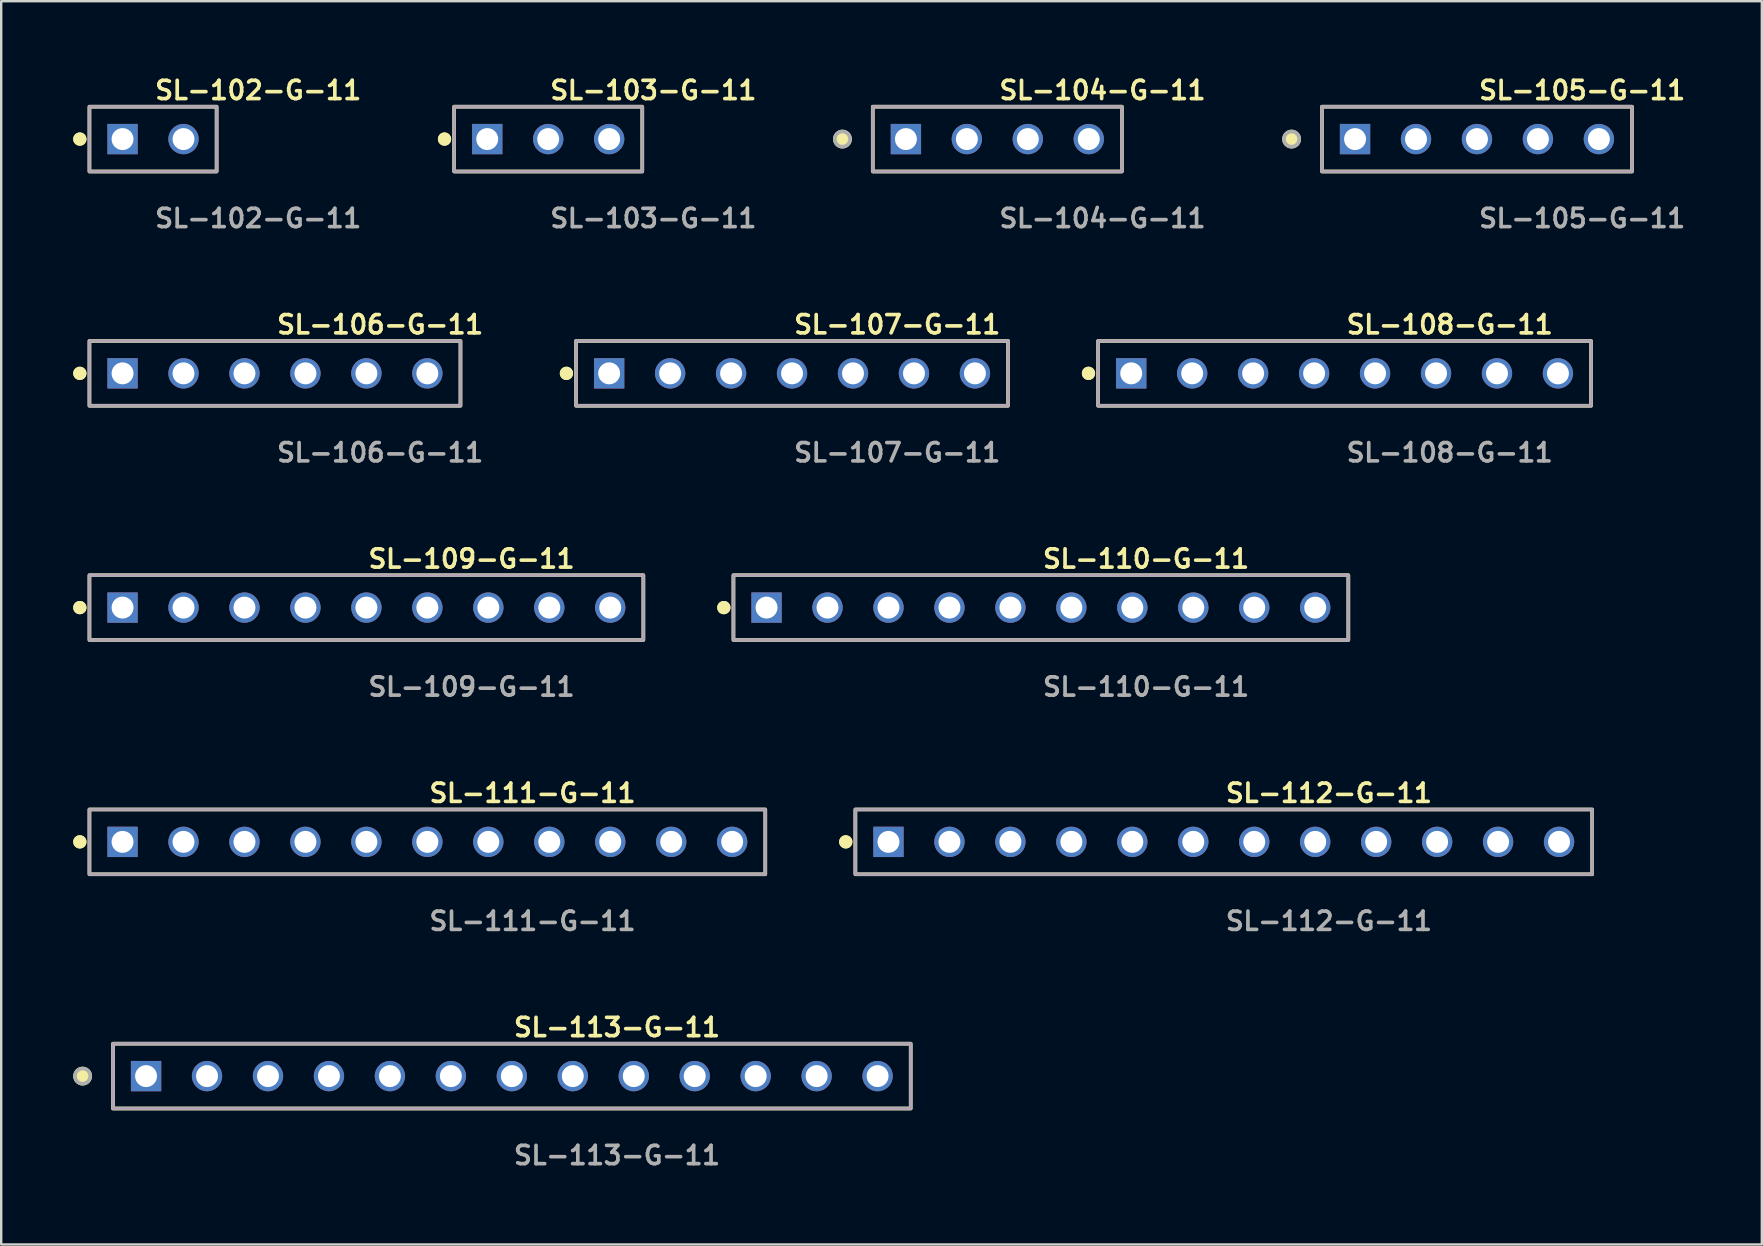
<source format=kicad_pcb>
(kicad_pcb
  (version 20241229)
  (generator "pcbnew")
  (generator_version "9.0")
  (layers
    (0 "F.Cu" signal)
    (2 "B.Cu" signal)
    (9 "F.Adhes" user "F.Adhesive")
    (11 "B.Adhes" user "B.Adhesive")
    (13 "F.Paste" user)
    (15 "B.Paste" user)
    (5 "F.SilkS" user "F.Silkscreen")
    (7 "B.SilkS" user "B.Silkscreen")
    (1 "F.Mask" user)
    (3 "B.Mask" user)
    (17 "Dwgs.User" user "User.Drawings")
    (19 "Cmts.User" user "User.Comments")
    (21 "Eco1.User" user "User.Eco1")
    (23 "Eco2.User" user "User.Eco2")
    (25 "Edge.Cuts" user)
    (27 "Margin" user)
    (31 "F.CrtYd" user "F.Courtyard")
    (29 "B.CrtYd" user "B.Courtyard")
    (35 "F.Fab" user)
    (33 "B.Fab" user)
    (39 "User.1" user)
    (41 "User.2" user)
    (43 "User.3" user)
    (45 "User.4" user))
  (footprint "SL-103-G-11"
    (layer "F.Cu")
    (at 19.791 2.745)
    (property "Reference" "SL-103-G-11" (at 0 -2.032 0) (unlocked yes) (layer "F.SilkS") (effects (font (size 0.762 0.762) (thickness 0.152)) (justify left)))
    (fp_rect (start -3.92 1.35) (end 3.92 -1.35) (stroke (width 0.152) (type solid)) (fill no) (layer "F.SilkS"))
    (fp_circle (center -4.32 0) (end -4.52 0) (stroke (width 0.152) (type solid)) (fill yes) (layer "F.SilkS"))
    (fp_circle (center -4.32 0) (end -4.52 0) (stroke (width 0.152) (type solid)) (fill yes) (layer "F.SilkS"))
    (fp_rect (start -3.92 1.35) (end 3.92 -1.35) (stroke (width 0.006) (type solid)) (fill no) (layer "F.CrtYd"))
    (fp_rect (start -3.92 1.35) (end 3.92 -1.35) (stroke (width 0.152) (type solid)) (fill no) (layer "F.Fab"))
    (fp_text user "${REFERENCE}" (at 0 3.302 0) (unlocked yes) (layer "F.Fab") (effects (font (size 0.762 0.762) (thickness 0.152)) (justify left)))
    (pad "1" thru_hole rect (at -2.54 0) (size 1.264 1.264) (drill 0.914) (layers "*.Cu" "*.Mask"))
    (pad "2" thru_hole circle (at 0 0) (size 1.264 1.264) (drill 0.914) (layers "*.Cu" "*.Mask"))
    (pad "3" thru_hole circle (at 2.54 0) (size 1.264 1.264) (drill 0.914) (layers "*.Cu" "*.Mask")))
  (footprint "SL-108-G-11"
    (layer "F.Cu")
    (at 52.973 12.506)
    (property "Reference" "SL-108-G-11" (at 0 -2.032 0) (unlocked yes) (layer "F.SilkS") (effects (font (size 0.762 0.762) (thickness 0.152)) (justify left)))
    (fp_rect (start -10.27 1.35) (end 10.27 -1.35) (stroke (width 0.152) (type solid)) (fill no) (layer "F.SilkS"))
    (fp_circle (center -10.67 0) (end -10.87 0) (stroke (width 0.152) (type solid)) (fill yes) (layer "F.SilkS"))
    (fp_circle (center -10.67 0) (end -10.87 0) (stroke (width 0.152) (type solid)) (fill yes) (layer "F.SilkS"))
    (fp_rect (start -10.27 1.35) (end 10.27 -1.35) (stroke (width 0.006) (type solid)) (fill no) (layer "F.CrtYd"))
    (fp_rect (start -10.27 1.35) (end 10.27 -1.35) (stroke (width 0.152) (type solid)) (fill no) (layer "F.Fab"))
    (fp_text user "${REFERENCE}" (at 0 3.302 0) (unlocked yes) (layer "F.Fab") (effects (font (size 0.762 0.762) (thickness 0.152)) (justify left)))
    (pad "1" thru_hole rect (at -8.89 0) (size 1.264 1.264) (drill 0.914) (layers "*.Cu" "*.Mask"))
    (pad "2" thru_hole circle (at -6.35 0) (size 1.264 1.264) (drill 0.914) (layers "*.Cu" "*.Mask"))
    (pad "3" thru_hole circle (at -3.81 0) (size 1.264 1.264) (drill 0.914) (layers "*.Cu" "*.Mask"))
    (pad "4" thru_hole circle (at -1.27 0) (size 1.264 1.264) (drill 0.914) (layers "*.Cu" "*.Mask"))
    (pad "5" thru_hole circle (at 1.27 0) (size 1.264 1.264) (drill 0.914) (layers "*.Cu" "*.Mask"))
    (pad "6" thru_hole circle (at 3.81 0) (size 1.264 1.264) (drill 0.914) (layers "*.Cu" "*.Mask"))
    (pad "7" thru_hole circle (at 6.35 0) (size 1.264 1.264) (drill 0.914) (layers "*.Cu" "*.Mask"))
    (pad "8" thru_hole circle (at 8.89 0) (size 1.264 1.264) (drill 0.914) (layers "*.Cu" "*.Mask")))
  (footprint "SL-106-G-11"
    (layer "F.Cu")
    (at 8.406 12.506)
    (property "Reference" "SL-106-G-11" (at 0 -2.032 0) (unlocked yes) (layer "F.SilkS") (effects (font (size 0.762 0.762) (thickness 0.152)) (justify left)))
    (fp_rect (start -7.73 1.35) (end 7.73 -1.35) (stroke (width 0.152) (type solid)) (fill no) (layer "F.SilkS"))
    (fp_circle (center -8.13 0) (end -8.33 0) (stroke (width 0.152) (type solid)) (fill yes) (layer "F.SilkS"))
    (fp_circle (center -8.13 0) (end -8.33 0) (stroke (width 0.152) (type solid)) (fill yes) (layer "F.SilkS"))
    (fp_rect (start -7.73 1.35) (end 7.73 -1.35) (stroke (width 0.006) (type solid)) (fill no) (layer "F.CrtYd"))
    (fp_rect (start -7.73 1.35) (end 7.73 -1.35) (stroke (width 0.152) (type solid)) (fill no) (layer "F.Fab"))
    (fp_text user "${REFERENCE}" (at 0 3.302 0) (unlocked yes) (layer "F.Fab") (effects (font (size 0.762 0.762) (thickness 0.152)) (justify left)))
    (pad "1" thru_hole rect (at -6.35 0) (size 1.264 1.264) (drill 0.914) (layers "*.Cu" "*.Mask"))
    (pad "2" thru_hole circle (at -3.81 0) (size 1.264 1.264) (drill 0.914) (layers "*.Cu" "*.Mask"))
    (pad "3" thru_hole circle (at -1.27 0) (size 1.264 1.264) (drill 0.914) (layers "*.Cu" "*.Mask"))
    (pad "4" thru_hole circle (at 1.27 0) (size 1.264 1.264) (drill 0.914) (layers "*.Cu" "*.Mask"))
    (pad "5" thru_hole circle (at 3.81 0) (size 1.264 1.264) (drill 0.914) (layers "*.Cu" "*.Mask"))
    (pad "6" thru_hole circle (at 6.35 0) (size 1.264 1.264) (drill 0.914) (layers "*.Cu" "*.Mask")))
  (footprint "SL-112-G-11"
    (layer "F.Cu")
    (at 47.939 32.027)
    (property "Reference" "SL-112-G-11" (at 0 -2.032 0) (unlocked yes) (layer "F.SilkS") (effects (font (size 0.762 0.762) (thickness 0.152)) (justify left)))
    (fp_rect (start -15.35 1.35) (end 15.35 -1.35) (stroke (width 0.152) (type solid)) (fill no) (layer "F.SilkS"))
    (fp_circle (center -15.75 0) (end -15.95 0) (stroke (width 0.152) (type solid)) (fill yes) (layer "F.SilkS"))
    (fp_circle (center -15.75 0) (end -15.95 0) (stroke (width 0.152) (type solid)) (fill yes) (layer "F.SilkS"))
    (fp_rect (start -15.35 1.35) (end 15.35 -1.35) (stroke (width 0.006) (type solid)) (fill no) (layer "F.CrtYd"))
    (fp_rect (start -15.35 1.35) (end 15.35 -1.35) (stroke (width 0.152) (type solid)) (fill no) (layer "F.Fab"))
    (fp_text user "${REFERENCE}" (at 0 3.302 0) (unlocked yes) (layer "F.Fab") (effects (font (size 0.762 0.762) (thickness 0.152)) (justify left)))
    (pad "1" thru_hole rect (at -13.97 0) (size 1.264 1.264) (drill 0.914) (layers "*.Cu" "*.Mask"))
    (pad "2" thru_hole circle (at -11.43 0) (size 1.264 1.264) (drill 0.914) (layers "*.Cu" "*.Mask"))
    (pad "3" thru_hole circle (at -8.89 0) (size 1.264 1.264) (drill 0.914) (layers "*.Cu" "*.Mask"))
    (pad "4" thru_hole circle (at -6.35 0) (size 1.264 1.264) (drill 0.914) (layers "*.Cu" "*.Mask"))
    (pad "5" thru_hole circle (at -3.81 0) (size 1.264 1.264) (drill 0.914) (layers "*.Cu" "*.Mask"))
    (pad "6" thru_hole circle (at -1.27 0) (size 1.264 1.264) (drill 0.914) (layers "*.Cu" "*.Mask"))
    (pad "7" thru_hole circle (at 1.27 0) (size 1.264 1.264) (drill 0.914) (layers "*.Cu" "*.Mask"))
    (pad "8" thru_hole circle (at 3.81 0) (size 1.264 1.264) (drill 0.914) (layers "*.Cu" "*.Mask"))
    (pad "9" thru_hole circle (at 6.35 0) (size 1.264 1.264) (drill 0.914) (layers "*.Cu" "*.Mask"))
    (pad "10" thru_hole circle (at 8.89 0) (size 1.264 1.264) (drill 0.914) (layers "*.Cu" "*.Mask"))
    (pad "11" thru_hole circle (at 11.43 0) (size 1.264 1.264) (drill 0.914) (layers "*.Cu" "*.Mask"))
    (pad "12" thru_hole circle (at 13.97 0) (size 1.264 1.264) (drill 0.914) (layers "*.Cu" "*.Mask")))
  (footprint "SL-107-G-11"
    (layer "F.Cu")
    (at 29.951 12.506)
    (property "Reference" "SL-107-G-11" (at 0 -2.032 0) (unlocked yes) (layer "F.SilkS") (effects (font (size 0.762 0.762) (thickness 0.152)) (justify left)))
    (fp_rect (start -9 1.35) (end 9 -1.35) (stroke (width 0.152) (type solid)) (fill no) (layer "F.SilkS"))
    (fp_circle (center -9.4 0) (end -9.6 0) (stroke (width 0.152) (type solid)) (fill yes) (layer "F.SilkS"))
    (fp_circle (center -9.4 0) (end -9.6 0) (stroke (width 0.152) (type solid)) (fill yes) (layer "F.SilkS"))
    (fp_rect (start -9 1.35) (end 9 -1.35) (stroke (width 0.006) (type solid)) (fill no) (layer "F.CrtYd"))
    (fp_rect (start -9 1.35) (end 9 -1.35) (stroke (width 0.152) (type solid)) (fill no) (layer "F.Fab"))
    (fp_text user "${REFERENCE}" (at 0 3.302 0) (unlocked yes) (layer "F.Fab") (effects (font (size 0.762 0.762) (thickness 0.152)) (justify left)))
    (pad "1" thru_hole rect (at -7.62 0) (size 1.264 1.264) (drill 0.914) (layers "*.Cu" "*.Mask"))
    (pad "2" thru_hole circle (at -5.08 0) (size 1.264 1.264) (drill 0.914) (layers "*.Cu" "*.Mask"))
    (pad "3" thru_hole circle (at -2.54 0) (size 1.264 1.264) (drill 0.914) (layers "*.Cu" "*.Mask"))
    (pad "4" thru_hole circle (at 0 0) (size 1.264 1.264) (drill 0.914) (layers "*.Cu" "*.Mask"))
    (pad "5" thru_hole circle (at 2.54 0) (size 1.264 1.264) (drill 0.914) (layers "*.Cu" "*.Mask"))
    (pad "6" thru_hole circle (at 5.08 0) (size 1.264 1.264) (drill 0.914) (layers "*.Cu" "*.Mask"))
    (pad "7" thru_hole circle (at 7.62 0) (size 1.264 1.264) (drill 0.914) (layers "*.Cu" "*.Mask")))
  (footprint "SL-109-G-11"
    (layer "F.Cu")
    (at 12.216 22.266)
    (property "Reference" "SL-109-G-11" (at 0 -2.032 0) (unlocked yes) (layer "F.SilkS") (effects (font (size 0.762 0.762) (thickness 0.152)) (justify left)))
    (fp_rect (start -11.54 1.35) (end 11.54 -1.35) (stroke (width 0.152) (type solid)) (fill no) (layer "F.SilkS"))
    (fp_circle (center -11.94 0) (end -12.14 0) (stroke (width 0.152) (type solid)) (fill yes) (layer "F.SilkS"))
    (fp_circle (center -11.94 0) (end -12.14 0) (stroke (width 0.152) (type solid)) (fill yes) (layer "F.SilkS"))
    (fp_rect (start -11.54 1.35) (end 11.54 -1.35) (stroke (width 0.006) (type solid)) (fill no) (layer "F.CrtYd"))
    (fp_rect (start -11.54 1.35) (end 11.54 -1.35) (stroke (width 0.152) (type solid)) (fill no) (layer "F.Fab"))
    (fp_text user "${REFERENCE}" (at 0 3.302 0) (unlocked yes) (layer "F.Fab") (effects (font (size 0.762 0.762) (thickness 0.152)) (justify left)))
    (pad "1" thru_hole rect (at -10.16 0) (size 1.264 1.264) (drill 0.914) (layers "*.Cu" "*.Mask"))
    (pad "2" thru_hole circle (at -7.62 0) (size 1.264 1.264) (drill 0.914) (layers "*.Cu" "*.Mask"))
    (pad "3" thru_hole circle (at -5.08 0) (size 1.264 1.264) (drill 0.914) (layers "*.Cu" "*.Mask"))
    (pad "4" thru_hole circle (at -2.54 0) (size 1.264 1.264) (drill 0.914) (layers "*.Cu" "*.Mask"))
    (pad "5" thru_hole circle (at 0 0) (size 1.264 1.264) (drill 0.914) (layers "*.Cu" "*.Mask"))
    (pad "6" thru_hole circle (at 2.54 0) (size 1.264 1.264) (drill 0.914) (layers "*.Cu" "*.Mask"))
    (pad "7" thru_hole circle (at 5.08 0) (size 1.264 1.264) (drill 0.914) (layers "*.Cu" "*.Mask"))
    (pad "8" thru_hole circle (at 7.62 0) (size 1.264 1.264) (drill 0.914) (layers "*.Cu" "*.Mask"))
    (pad "9" thru_hole circle (at 10.16 0) (size 1.264 1.264) (drill 0.914) (layers "*.Cu" "*.Mask")))
  (footprint "SL-110-G-11"
    (layer "F.Cu")
    (at 40.319 22.266)
    (property "Reference" "SL-110-G-11" (at 0 -2.032 0) (unlocked yes) (layer "F.SilkS") (effects (font (size 0.762 0.762) (thickness 0.152)) (justify left)))
    (fp_rect (start -12.81 1.35) (end 12.81 -1.35) (stroke (width 0.152) (type solid)) (fill no) (layer "F.SilkS"))
    (fp_circle (center -13.21 0) (end -13.41 0) (stroke (width 0.152) (type solid)) (fill yes) (layer "F.SilkS"))
    (fp_circle (center -13.21 0) (end -13.41 0) (stroke (width 0.152) (type solid)) (fill yes) (layer "F.SilkS"))
    (fp_rect (start -12.81 1.35) (end 12.81 -1.35) (stroke (width 0.006) (type solid)) (fill no) (layer "F.CrtYd"))
    (fp_rect (start -12.81 1.35) (end 12.81 -1.35) (stroke (width 0.152) (type solid)) (fill no) (layer "F.Fab"))
    (fp_text user "${REFERENCE}" (at 0 3.302 0) (unlocked yes) (layer "F.Fab") (effects (font (size 0.762 0.762) (thickness 0.152)) (justify left)))
    (pad "1" thru_hole rect (at -11.43 0) (size 1.264 1.264) (drill 0.914) (layers "*.Cu" "*.Mask"))
    (pad "2" thru_hole circle (at -8.89 0) (size 1.264 1.264) (drill 0.914) (layers "*.Cu" "*.Mask"))
    (pad "3" thru_hole circle (at -6.35 0) (size 1.264 1.264) (drill 0.914) (layers "*.Cu" "*.Mask"))
    (pad "4" thru_hole circle (at -3.81 0) (size 1.264 1.264) (drill 0.914) (layers "*.Cu" "*.Mask"))
    (pad "5" thru_hole circle (at -1.27 0) (size 1.264 1.264) (drill 0.914) (layers "*.Cu" "*.Mask"))
    (pad "6" thru_hole circle (at 1.27 0) (size 1.264 1.264) (drill 0.914) (layers "*.Cu" "*.Mask"))
    (pad "7" thru_hole circle (at 3.81 0) (size 1.264 1.264) (drill 0.914) (layers "*.Cu" "*.Mask"))
    (pad "8" thru_hole circle (at 6.35 0) (size 1.264 1.264) (drill 0.914) (layers "*.Cu" "*.Mask"))
    (pad "9" thru_hole circle (at 8.89 0) (size 1.264 1.264) (drill 0.914) (layers "*.Cu" "*.Mask"))
    (pad "10" thru_hole circle (at 11.43 0) (size 1.264 1.264) (drill 0.914) (layers "*.Cu" "*.Mask")))
  (footprint "SL-102-G-11"
    (layer "F.Cu")
    (at 3.326 2.745)
    (property "Reference" "SL-102-G-11" (at 0 -2.032 0) (unlocked yes) (layer "F.SilkS") (effects (font (size 0.762 0.762) (thickness 0.152)) (justify left)))
    (fp_rect (start -2.65 1.35) (end 2.65 -1.35) (stroke (width 0.152) (type solid)) (fill no) (layer "F.SilkS"))
    (fp_circle (center -3.05 0) (end -3.25 0) (stroke (width 0.152) (type solid)) (fill yes) (layer "F.SilkS"))
    (fp_circle (center -3.05 0) (end -3.25 0) (stroke (width 0.152) (type solid)) (fill yes) (layer "F.SilkS"))
    (fp_rect (start -2.65 1.35) (end 2.65 -1.35) (stroke (width 0.006) (type solid)) (fill no) (layer "F.CrtYd"))
    (fp_rect (start -2.65 1.35) (end 2.65 -1.35) (stroke (width 0.152) (type solid)) (fill no) (layer "F.Fab"))
    (fp_text user "${REFERENCE}" (at 0 3.302 0) (unlocked yes) (layer "F.Fab") (effects (font (size 0.762 0.762) (thickness 0.152)) (justify left)))
    (pad "1" thru_hole rect (at -1.27 0) (size 1.264 1.264) (drill 0.914) (layers "*.Cu" "*.Mask"))
    (pad "2" thru_hole circle (at 1.27 0) (size 1.264 1.264) (drill 0.914) (layers "*.Cu" "*.Mask")))
  (footprint "SL-104-G-11"
    (layer "F.Cu")
    (at 38.505 2.745)
    (property "Reference" "SL-104-G-11" (at 0 -2.032 0) (unlocked yes) (layer "F.SilkS") (effects (font (size 0.762 0.762) (thickness 0.152)) (justify left)))
    (fp_rect (start -5.19 1.35) (end 5.19 -1.35) (stroke (width 0.152) (type solid)) (fill no) (layer "F.SilkS"))
    (fp_circle (center -6.454 0) (end -6.77 0) (stroke (width 0.152) (type solid)) (fill yes) (layer "F.SilkS"))
    (fp_rect (start -5.19 1.35) (end 5.19 -1.35) (stroke (width 0.006) (type solid)) (fill no) (layer "F.CrtYd"))
    (fp_rect (start -5.19 1.35) (end 5.19 -1.35) (stroke (width 0.152) (type solid)) (fill no) (layer "F.Fab"))
    (fp_circle (center -6.454 0) (end -6.77 0) (stroke (width 0.152) (type solid)) (fill no) (layer "F.Fab"))
    (fp_text user "${REFERENCE}" (at 0 3.302 0) (unlocked yes) (layer "F.Fab") (effects (font (size 0.762 0.762) (thickness 0.152)) (justify left)))
    (pad "1" thru_hole rect (at -3.81 0) (size 1.264 1.264) (drill 0.914) (layers "*.Cu" "*.Mask"))
    (pad "2" thru_hole circle (at -1.27 0) (size 1.264 1.264) (drill 0.914) (layers "*.Cu" "*.Mask"))
    (pad "3" thru_hole circle (at 1.27 0) (size 1.264 1.264) (drill 0.914) (layers "*.Cu" "*.Mask"))
    (pad "4" thru_hole circle (at 3.81 0) (size 1.264 1.264) (drill 0.914) (layers "*.Cu" "*.Mask")))
  (footprint "SL-113-G-11"
    (layer "F.Cu")
    (at 18.276 41.787)
    (property "Reference" "SL-113-G-11" (at 0 -2.032 0) (unlocked yes) (layer "F.SilkS") (effects (font (size 0.762 0.762) (thickness 0.152)) (justify left)))
    (fp_rect (start -16.62 1.35) (end 16.62 -1.35) (stroke (width 0.152) (type solid)) (fill no) (layer "F.SilkS"))
    (fp_circle (center -17.884 0) (end -18.2 0) (stroke (width 0.152) (type solid)) (fill yes) (layer "F.SilkS"))
    (fp_rect (start -16.62 1.35) (end 16.62 -1.35) (stroke (width 0.006) (type solid)) (fill no) (layer "F.CrtYd"))
    (fp_rect (start -16.62 1.35) (end 16.62 -1.35) (stroke (width 0.152) (type solid)) (fill no) (layer "F.Fab"))
    (fp_circle (center -17.884 0) (end -18.2 0) (stroke (width 0.152) (type solid)) (fill no) (layer "F.Fab"))
    (fp_text user "${REFERENCE}" (at 0 3.302 0) (unlocked yes) (layer "F.Fab") (effects (font (size 0.762 0.762) (thickness 0.152)) (justify left)))
    (pad "1" thru_hole rect (at -15.24 0) (size 1.264 1.264) (drill 0.914) (layers "*.Cu" "*.Mask"))
    (pad "2" thru_hole circle (at -12.7 0) (size 1.264 1.264) (drill 0.914) (layers "*.Cu" "*.Mask"))
    (pad "3" thru_hole circle (at -10.16 0) (size 1.264 1.264) (drill 0.914) (layers "*.Cu" "*.Mask"))
    (pad "4" thru_hole circle (at -7.62 0) (size 1.264 1.264) (drill 0.914) (layers "*.Cu" "*.Mask"))
    (pad "5" thru_hole circle (at -5.08 0) (size 1.264 1.264) (drill 0.914) (layers "*.Cu" "*.Mask"))
    (pad "6" thru_hole circle (at -2.54 0) (size 1.264 1.264) (drill 0.914) (layers "*.Cu" "*.Mask"))
    (pad "7" thru_hole circle (at 0 0) (size 1.264 1.264) (drill 0.914) (layers "*.Cu" "*.Mask"))
    (pad "8" thru_hole circle (at 2.54 0) (size 1.264 1.264) (drill 0.914) (layers "*.Cu" "*.Mask"))
    (pad "9" thru_hole circle (at 5.08 0) (size 1.264 1.264) (drill 0.914) (layers "*.Cu" "*.Mask"))
    (pad "10" thru_hole circle (at 7.62 0) (size 1.264 1.264) (drill 0.914) (layers "*.Cu" "*.Mask"))
    (pad "11" thru_hole circle (at 10.16 0) (size 1.264 1.264) (drill 0.914) (layers "*.Cu" "*.Mask"))
    (pad "12" thru_hole circle (at 12.7 0) (size 1.264 1.264) (drill 0.914) (layers "*.Cu" "*.Mask"))
    (pad "13" thru_hole circle (at 15.24 0) (size 1.264 1.264) (drill 0.914) (layers "*.Cu" "*.Mask")))
  (footprint "SL-111-G-11"
    (layer "F.Cu")
    (at 14.756 32.027)
    (property "Reference" "SL-111-G-11" (at 0 -2.032 0) (unlocked yes) (layer "F.SilkS") (effects (font (size 0.762 0.762) (thickness 0.152)) (justify left)))
    (fp_rect (start -14.08 1.35) (end 14.08 -1.35) (stroke (width 0.152) (type solid)) (fill no) (layer "F.SilkS"))
    (fp_circle (center -14.48 0) (end -14.68 0) (stroke (width 0.152) (type solid)) (fill yes) (layer "F.SilkS"))
    (fp_circle (center -14.48 0) (end -14.68 0) (stroke (width 0.152) (type solid)) (fill yes) (layer "F.SilkS"))
    (fp_rect (start -14.08 1.35) (end 14.08 -1.35) (stroke (width 0.006) (type solid)) (fill no) (layer "F.CrtYd"))
    (fp_rect (start -14.08 1.35) (end 14.08 -1.35) (stroke (width 0.152) (type solid)) (fill no) (layer "F.Fab"))
    (fp_text user "${REFERENCE}" (at 0 3.302 0) (unlocked yes) (layer "F.Fab") (effects (font (size 0.762 0.762) (thickness 0.152)) (justify left)))
    (pad "1" thru_hole rect (at -12.7 0) (size 1.264 1.264) (drill 0.914) (layers "*.Cu" "*.Mask"))
    (pad "2" thru_hole circle (at -10.16 0) (size 1.264 1.264) (drill 0.914) (layers "*.Cu" "*.Mask"))
    (pad "3" thru_hole circle (at -7.62 0) (size 1.264 1.264) (drill 0.914) (layers "*.Cu" "*.Mask"))
    (pad "4" thru_hole circle (at -5.08 0) (size 1.264 1.264) (drill 0.914) (layers "*.Cu" "*.Mask"))
    (pad "5" thru_hole circle (at -2.54 0) (size 1.264 1.264) (drill 0.914) (layers "*.Cu" "*.Mask"))
    (pad "6" thru_hole circle (at 0 0) (size 1.264 1.264) (drill 0.914) (layers "*.Cu" "*.Mask"))
    (pad "7" thru_hole circle (at 2.54 0) (size 1.264 1.264) (drill 0.914) (layers "*.Cu" "*.Mask"))
    (pad "8" thru_hole circle (at 5.08 0) (size 1.264 1.264) (drill 0.914) (layers "*.Cu" "*.Mask"))
    (pad "9" thru_hole circle (at 7.62 0) (size 1.264 1.264) (drill 0.914) (layers "*.Cu" "*.Mask"))
    (pad "10" thru_hole circle (at 10.16 0) (size 1.264 1.264) (drill 0.914) (layers "*.Cu" "*.Mask"))
    (pad "11" thru_hole circle (at 12.7 0) (size 1.264 1.264) (drill 0.914) (layers "*.Cu" "*.Mask")))
  (footprint "SL-105-G-11"
    (layer "F.Cu")
    (at 58.489 2.745)
    (property "Reference" "SL-105-G-11" (at 0 -2.032 0) (unlocked yes) (layer "F.SilkS") (effects (font (size 0.762 0.762) (thickness 0.152)) (justify left)))
    (fp_rect (start -6.46 1.35) (end 6.46 -1.35) (stroke (width 0.152) (type solid)) (fill no) (layer "F.SilkS"))
    (fp_circle (center -7.724 0) (end -8.04 0) (stroke (width 0.152) (type solid)) (fill yes) (layer "F.SilkS"))
    (fp_rect (start -6.46 1.35) (end 6.46 -1.35) (stroke (width 0.006) (type solid)) (fill no) (layer "F.CrtYd"))
    (fp_rect (start -6.46 1.35) (end 6.46 -1.35) (stroke (width 0.152) (type solid)) (fill no) (layer "F.Fab"))
    (fp_circle (center -7.724 0) (end -8.04 0) (stroke (width 0.152) (type solid)) (fill no) (layer "F.Fab"))
    (fp_text user "${REFERENCE}" (at 0 3.302 0) (unlocked yes) (layer "F.Fab") (effects (font (size 0.762 0.762) (thickness 0.152)) (justify left)))
    (pad "1" thru_hole rect (at -5.08 0) (size 1.264 1.264) (drill 0.914) (layers "*.Cu" "*.Mask"))
    (pad "2" thru_hole circle (at -2.54 0) (size 1.264 1.264) (drill 0.914) (layers "*.Cu" "*.Mask"))
    (pad "3" thru_hole circle (at 0 0) (size 1.264 1.264) (drill 0.914) (layers "*.Cu" "*.Mask"))
    (pad "4" thru_hole circle (at 2.54 0) (size 1.264 1.264) (drill 0.914) (layers "*.Cu" "*.Mask"))
    (pad "5" thru_hole circle (at 5.08 0) (size 1.264 1.264) (drill 0.914) (layers "*.Cu" "*.Mask")))
  (gr_rect
    (start -3 -3)
    (end 70.358 48.802)
    (stroke (width 0.1) (type default))
    (fill no)
    (layer "Edge.Cuts")))
</source>
